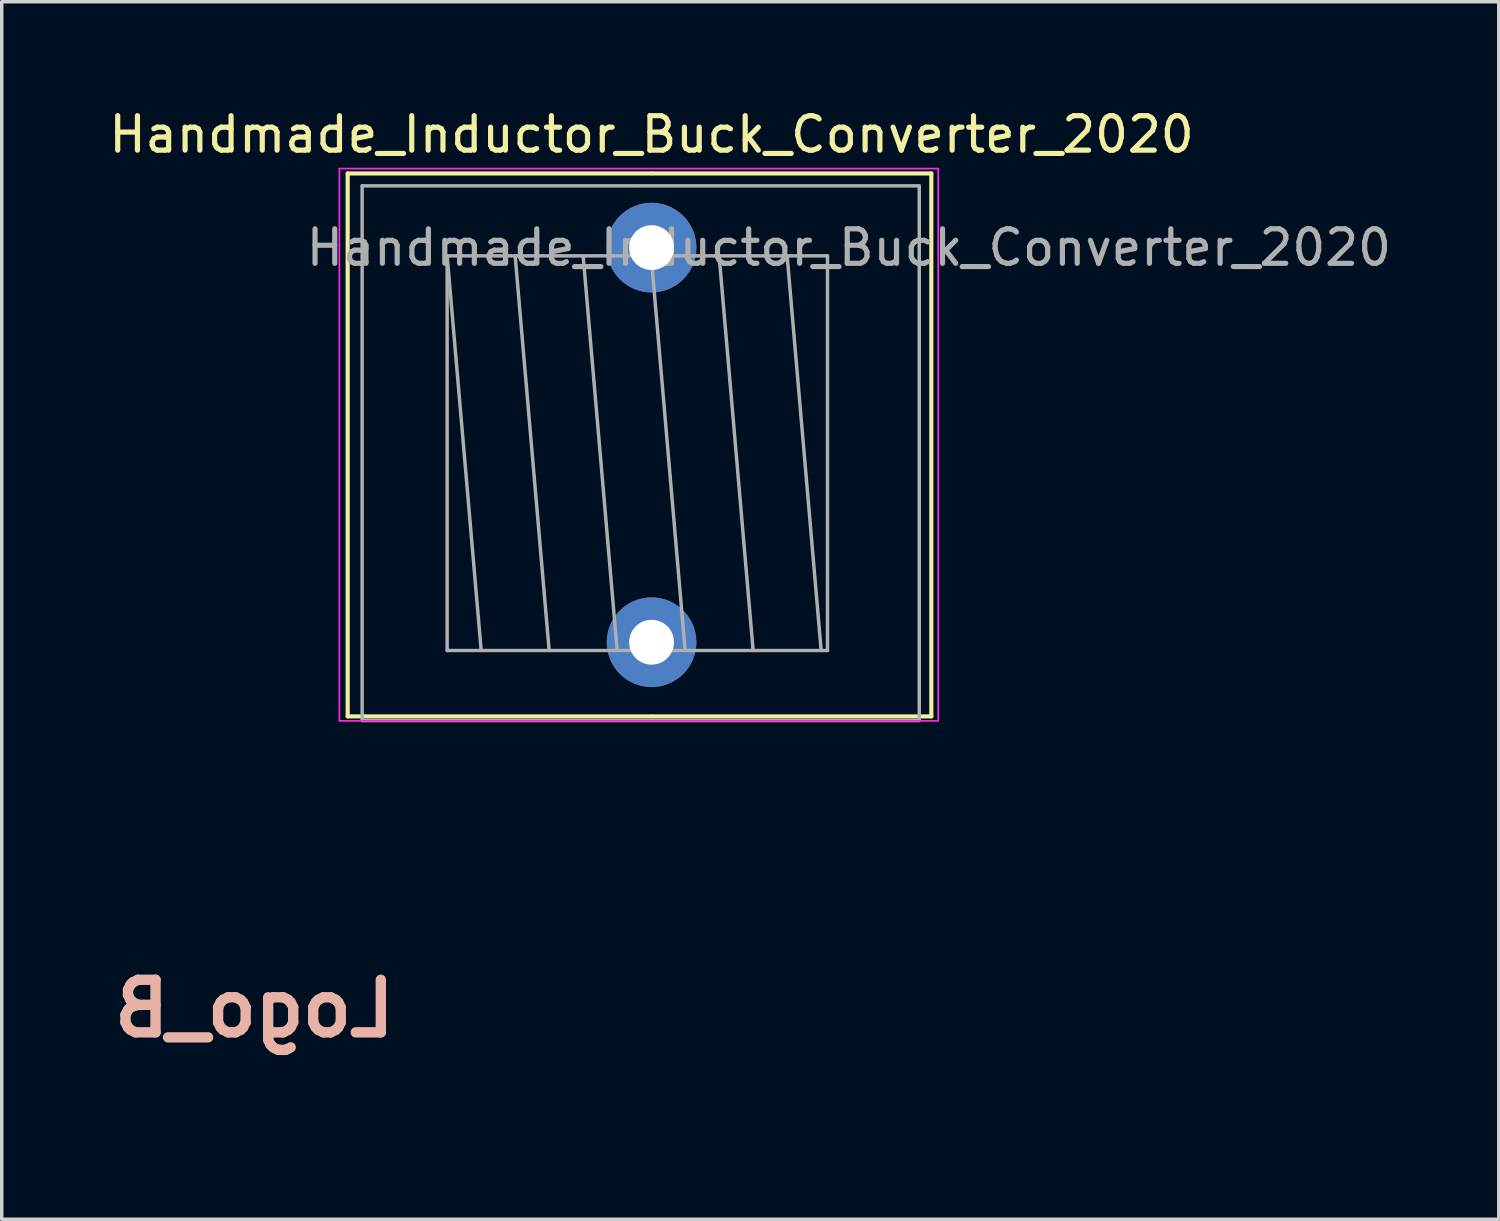
<source format=kicad_pcb>
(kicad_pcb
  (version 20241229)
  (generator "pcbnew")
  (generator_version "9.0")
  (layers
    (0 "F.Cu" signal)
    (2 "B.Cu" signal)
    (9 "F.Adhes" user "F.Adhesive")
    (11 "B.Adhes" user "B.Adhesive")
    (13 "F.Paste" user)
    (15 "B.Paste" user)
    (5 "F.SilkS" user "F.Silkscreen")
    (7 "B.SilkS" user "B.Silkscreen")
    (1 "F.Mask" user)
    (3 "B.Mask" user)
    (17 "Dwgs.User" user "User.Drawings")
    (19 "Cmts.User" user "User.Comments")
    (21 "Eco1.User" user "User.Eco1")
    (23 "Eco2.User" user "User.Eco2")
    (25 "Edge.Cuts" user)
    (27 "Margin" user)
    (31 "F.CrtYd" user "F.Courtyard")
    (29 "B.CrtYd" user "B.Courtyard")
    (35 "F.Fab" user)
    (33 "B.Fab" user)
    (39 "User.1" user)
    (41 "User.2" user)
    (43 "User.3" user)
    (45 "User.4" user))
  (footprint "Logo_B"
    (layer "F.Cu")
    (at 4.325 26.188)
    (property "Reference" "Logo_B" (at 0 0 180) (layer "B.SilkS") (effects (font (size 1.524 1.524) (thickness 0.3)) (justify mirror)))
    (attr through_hole)
    (fp_poly (pts (xy -0.546 -3.036) (xy -0.555 -3.027) (xy -0.564 -3.036) (xy -0.555 -3.045) (xy -0.546 -3.036)) (stroke (width 0.01) (type solid)) (fill no) (layer "Eco2.User"))
    (fp_poly (pts (xy -1.27 1.27) (xy -1.172 1.285) (xy -1.092 1.309) (xy -1.036 1.342) (xy -1.018 1.364) (xy -1.001 1.428) (xy -1.017 1.491) (xy -1.062 1.551) (xy -1.132 1.605) (xy -1.225 1.652) (xy -1.335 1.689) (xy -1.46 1.714) (xy -1.596 1.726) (xy -1.634 1.726) (xy -1.735 1.721) (xy -1.814 1.71) (xy -1.852 1.698) (xy -1.929 1.653) (xy -1.972 1.601) (xy -1.979 1.542) (xy -1.951 1.478) (xy -1.941 1.465) (xy -1.893 1.422) (xy -1.82 1.377) (xy -1.731 1.335) (xy -1.637 1.301) (xy -1.598 1.291) (xy -1.49 1.272) (xy -1.378 1.265) (xy -1.27 1.27)) (stroke (width 0.01) (type solid)) (fill no) (layer "Eco2.User"))
    (fp_poly (pts (xy 0.506 -2.559) (xy 0.603 -2.548) (xy 0.722 -2.527) (xy 0.853 -2.5) (xy 0.982 -2.467) (xy 1.032 -2.453) (xy 1.099 -2.43) (xy 1.18 -2.399) (xy 1.269 -2.362) (xy 1.361 -2.321) (xy 1.449 -2.279) (xy 1.529 -2.24) (xy 1.593 -2.205) (xy 1.638 -2.178) (xy 1.657 -2.16) (xy 1.656 -2.157) (xy 1.63 -2.148) (xy 1.574 -2.139) (xy 1.492 -2.128) (xy 1.39 -2.117) (xy 1.273 -2.106) (xy 1.146 -2.095) (xy 1.016 -2.085) (xy 0.887 -2.077) (xy 0.764 -2.071) (xy 0.654 -2.067) (xy 0.57 -2.065) (xy 0.406 -2.065) (xy 0.415 -2.315) (xy 0.424 -2.564) (xy 0.506 -2.559)) (stroke (width 0.01) (type solid)) (fill no) (layer "Eco2.User"))
    (fp_poly (pts (xy -0.054 -2.563) (xy -0.054 -2.563) (xy -0.048 -2.542) (xy -0.043 -2.492) (xy -0.04 -2.419) (xy -0.038 -2.332) (xy -0.038 -2.309) (xy -0.038 -2.065) (xy -0.115 -2.068) (xy -0.165 -2.07) (xy -0.24 -2.075) (xy -0.329 -2.08) (xy -0.401 -2.085) (xy -0.51 -2.094) (xy -0.634 -2.105) (xy -0.765 -2.119) (xy -0.893 -2.133) (xy -1.011 -2.147) (xy -1.11 -2.16) (xy -1.181 -2.171) (xy -1.181 -2.171) (xy -1.263 -2.186) (xy -1.095 -2.271) (xy -0.926 -2.351) (xy -0.766 -2.415) (xy -0.6 -2.469) (xy -0.554 -2.482) (xy -0.477 -2.501) (xy -0.389 -2.52) (xy -0.297 -2.537) (xy -0.211 -2.551) (xy -0.136 -2.561) (xy -0.081 -2.565) (xy -0.054 -2.563)) (stroke (width 0.01) (type solid)) (fill no) (layer "Eco2.User"))
    (fp_poly (pts (xy 3.018 0.056) (xy 3.027 0.088) (xy 3.034 0.149) (xy 3.034 0.151) (xy 3.039 0.291) (xy 3.031 0.453) (xy 3.01 0.631) (xy 2.979 0.814) (xy 2.94 0.994) (xy 2.893 1.163) (xy 2.841 1.311) (xy 2.799 1.405) (xy 2.785 1.43) (xy 2.77 1.444) (xy 2.747 1.449) (xy 2.709 1.444) (xy 2.649 1.429) (xy 2.574 1.408) (xy 2.407 1.364) (xy 2.212 1.319) (xy 1.998 1.276) (xy 1.774 1.235) (xy 1.547 1.197) (xy 1.327 1.166) (xy 1.241 1.155) (xy 1.14 1.142) (xy 1.068 1.131) (xy 1.018 1.115) (xy 0.983 1.093) (xy 0.956 1.059) (xy 0.931 1.009) (xy 0.91 0.965) (xy 0.887 0.91) (xy 0.859 0.838) (xy 0.829 0.757) (xy 0.799 0.672) (xy 0.772 0.591) (xy 0.75 0.522) (xy 0.736 0.471) (xy 0.731 0.445) (xy 0.731 0.443) (xy 0.751 0.439) (xy 0.801 0.433) (xy 0.874 0.425) (xy 0.966 0.416) (xy 1.044 0.409) (xy 1.631 0.341) (xy 2.217 0.238) (xy 2.796 0.1) (xy 2.984 0.048) (xy 3.006 0.045) (xy 3.018 0.056)) (stroke (width 0.01) (type solid)) (fill no) (layer "Eco2.User"))
    (fp_poly (pts (xy -1.957 -1.553) (xy -1.904 -1.544) (xy -1.833 -1.53) (xy -1.793 -1.521) (xy -1.4 -1.448) (xy -0.976 -1.389) (xy -0.522 -1.345) (xy -0.356 -1.333) (xy -0.029 -1.312) (xy -0.035 -1.194) (xy -0.041 -1.097) (xy -0.052 -0.98) (xy -0.067 -0.853) (xy -0.084 -0.722) (xy -0.102 -0.596) (xy -0.12 -0.48) (xy -0.138 -0.384) (xy -0.154 -0.315) (xy -0.158 -0.301) (xy -0.167 -0.285) (xy -0.189 -0.276) (xy -0.23 -0.272) (xy -0.298 -0.271) (xy -0.325 -0.272) (xy -0.418 -0.274) (xy -0.528 -0.28) (xy -0.635 -0.287) (xy -0.664 -0.289) (xy -1.073 -0.333) (xy -1.498 -0.397) (xy -1.925 -0.48) (xy -2.197 -0.543) (xy -2.326 -0.576) (xy -2.42 -0.603) (xy -2.479 -0.624) (xy -2.505 -0.64) (xy -2.506 -0.643) (xy -2.498 -0.678) (xy -2.477 -0.737) (xy -2.447 -0.813) (xy -2.411 -0.898) (xy -2.371 -0.984) (xy -2.332 -1.062) (xy -2.319 -1.085) (xy -2.268 -1.176) (xy -2.211 -1.268) (xy -2.153 -1.355) (xy -2.097 -1.433) (xy -2.048 -1.496) (xy -2.009 -1.539) (xy -1.985 -1.556) (xy -1.984 -1.556) (xy -1.957 -1.553)) (stroke (width 0.01) (type solid)) (fill no) (layer "Eco2.User"))
    (fp_poly (pts (xy -2.57 0.082) (xy -2.494 0.103) (xy -2.397 0.128) (xy -2.285 0.156) (xy -2.167 0.184) (xy -2.047 0.212) (xy -1.935 0.236) (xy -1.843 0.255) (xy -1.58 0.303) (xy -1.315 0.344) (xy -1.039 0.38) (xy -0.743 0.41) (xy -0.496 0.431) (xy -0.428 0.437) (xy -0.376 0.442) (xy -0.349 0.446) (xy -0.347 0.447) (xy -0.354 0.47) (xy -0.372 0.518) (xy -0.399 0.584) (xy -0.432 0.661) (xy -0.466 0.74) (xy -0.5 0.814) (xy -0.528 0.875) (xy -0.538 0.895) (xy -0.579 0.977) (xy -0.61 1.031) (xy -0.64 1.062) (xy -0.676 1.074) (xy -0.727 1.071) (xy -0.8 1.058) (xy -0.832 1.051) (xy -1.031 1.02) (xy -1.234 1.003) (xy -1.431 1) (xy -1.616 1.011) (xy -1.779 1.035) (xy -1.86 1.056) (xy -1.954 1.09) (xy -2.066 1.14) (xy -2.183 1.199) (xy -2.295 1.262) (xy -2.373 1.312) (xy -2.449 1.364) (xy -2.512 1.169) (xy -2.563 1) (xy -2.601 0.844) (xy -2.628 0.686) (xy -2.649 0.509) (xy -2.652 0.484) (xy -2.661 0.353) (xy -2.663 0.243) (xy -2.659 0.156) (xy -2.648 0.097) (xy -2.631 0.068) (xy -2.617 0.067) (xy -2.57 0.082)) (stroke (width 0.01) (type solid)) (fill no) (layer "Eco2.User"))
    (fp_poly (pts (xy 2.388 -1.522) (xy 2.429 -1.485) (xy 2.48 -1.424) (xy 2.537 -1.343) (xy 2.599 -1.249) (xy 2.661 -1.144) (xy 2.721 -1.033) (xy 2.776 -0.922) (xy 2.823 -0.814) (xy 2.823 -0.814) (xy 2.858 -0.723) (xy 2.878 -0.662) (xy 2.884 -0.625) (xy 2.878 -0.612) (xy 2.848 -0.601) (xy 2.79 -0.585) (xy 2.708 -0.564) (xy 2.609 -0.539) (xy 2.5 -0.513) (xy 2.386 -0.487) (xy 2.274 -0.462) (xy 2.169 -0.44) (xy 2.094 -0.425) (xy 1.905 -0.392) (xy 1.694 -0.36) (xy 1.469 -0.331) (xy 1.242 -0.306) (xy 1.022 -0.285) (xy 0.82 -0.271) (xy 0.69 -0.264) (xy 0.618 -0.264) (xy 0.573 -0.268) (xy 0.549 -0.279) (xy 0.541 -0.289) (xy 0.528 -0.328) (xy 0.512 -0.398) (xy 0.495 -0.491) (xy 0.478 -0.601) (xy 0.46 -0.723) (xy 0.444 -0.85) (xy 0.43 -0.975) (xy 0.419 -1.093) (xy 0.412 -1.198) (xy 0.412 -1.203) (xy 0.406 -1.312) (xy 0.533 -1.316) (xy 0.702 -1.324) (xy 0.892 -1.336) (xy 1.091 -1.351) (xy 1.286 -1.368) (xy 1.465 -1.386) (xy 1.549 -1.396) (xy 1.654 -1.41) (xy 1.772 -1.427) (xy 1.895 -1.446) (xy 2.017 -1.466) (xy 2.13 -1.486) (xy 2.229 -1.503) (xy 2.307 -1.519) (xy 2.356 -1.53) (xy 2.36 -1.531) (xy 2.388 -1.522)) (stroke (width 0.01) (type solid)) (fill no) (layer "Eco2.User"))
    (fp_poly (pts (xy 0.18 -5.279) (xy 0.207 -5.236) (xy 0.24 -5.172) (xy 0.277 -5.094) (xy 0.313 -5.008) (xy 0.346 -4.922) (xy 0.36 -4.881) (xy 0.402 -4.748) (xy 0.432 -4.626) (xy 0.452 -4.506) (xy 0.463 -4.379) (xy 0.467 -4.234) (xy 0.464 -4.063) (xy 0.464 -4.061) (xy 0.459 -3.923) (xy 0.451 -3.797) (xy 0.441 -3.692) (xy 0.429 -3.615) (xy 0.426 -3.6) (xy 0.398 -3.475) (xy 0.487 -3.364) (xy 0.578 -3.259) (xy 0.678 -3.157) (xy 0.777 -3.072) (xy 0.805 -3.05) (xy 0.86 -3.01) (xy 0.61 -3.009) (xy 0.509 -3.008) (xy 0.438 -3.006) (xy 0.393 -3.002) (xy 0.37 -2.995) (xy 0.361 -2.985) (xy 0.361 -2.982) (xy 0.36 -2.957) (xy 0.357 -2.902) (xy 0.353 -2.819) (xy 0.347 -2.716) (xy 0.34 -2.595) (xy 0.333 -2.462) (xy 0.332 -2.442) (xy 0.312 -1.964) (xy 0.31 -1.511) (xy 0.324 -1.078) (xy 0.357 -0.658) (xy 0.408 -0.245) (xy 0.478 0.167) (xy 0.499 0.272) (xy 0.569 0.584) (xy 0.648 0.861) (xy 0.736 1.106) (xy 0.834 1.318) (xy 0.943 1.5) (xy 1.062 1.653) (xy 1.193 1.778) (xy 1.337 1.876) (xy 1.369 1.893) (xy 1.515 1.96) (xy 1.663 2.011) (xy 1.823 2.049) (xy 2.003 2.074) (xy 2.162 2.086) (xy 2.375 2.099) (xy 2.225 2.251) (xy 1.983 2.472) (xy 1.726 2.661) (xy 1.452 2.817) (xy 1.161 2.941) (xy 0.854 3.033) (xy 0.624 3.079) (xy 0.548 3.088) (xy 0.445 3.095) (xy 0.326 3.1) (xy 0.2 3.103) (xy 0.077 3.103) (xy -0.034 3.101) (xy -0.124 3.096) (xy -0.156 3.093) (xy -0.456 3.038) (xy -0.749 2.952) (xy -1.026 2.839) (xy -1.076 2.814) (xy -1.228 2.735) (xy -1.36 2.657) (xy -1.48 2.575) (xy -1.598 2.481) (xy -1.722 2.37) (xy -1.832 2.265) (xy -2.001 2.099) (xy -1.904 2.094) (xy -1.786 2.086) (xy -1.658 2.074) (xy -1.533 2.059) (xy -1.421 2.043) (xy -1.333 2.026) (xy -1.326 2.024) (xy -1.256 2.003) (xy -1.169 1.971) (xy -1.078 1.933) (xy -1.04 1.915) (xy -0.897 1.833) (xy -0.766 1.731) (xy -0.647 1.607) (xy -0.538 1.458) (xy -0.44 1.284) (xy -0.35 1.082) (xy -0.268 0.851) (xy -0.193 0.59) (xy -0.125 0.296) (xy -0.063 -0.032) (xy -0.049 -0.115) (xy 0.01 -0.547) (xy 0.048 -1.009) (xy 0.065 -1.5) (xy 0.061 -2.021) (xy 0.036 -2.571) (xy 0.028 -2.691) (xy 0.007 -3) (xy -0.253 -3.005) (xy -0.514 -3.01) (xy -0.444 -3.061) (xy -0.386 -3.108) (xy -0.316 -3.173) (xy -0.242 -3.247) (xy -0.174 -3.32) (xy -0.12 -3.384) (xy -0.103 -3.408) (xy -0.08 -3.444) (xy -0.069 -3.473) (xy -0.07 -3.51) (xy -0.08 -3.565) (xy -0.085 -3.589) (xy -0.097 -3.662) (xy -0.109 -3.755) (xy -0.115 -3.821) (xy 0.207 -3.821) (xy 0.21 -3.809) (xy 0.219 -3.811) (xy 0.235 -3.83) (xy 0.258 -3.876) (xy 0.284 -3.939) (xy 0.292 -3.963) (xy 0.346 -4.172) (xy 0.369 -4.389) (xy 0.362 -4.617) (xy 0.323 -4.858) (xy 0.277 -5.036) (xy 0.258 -5.097) (xy 0.247 -5.124) (xy 0.243 -5.12) (xy 0.247 -5.087) (xy 0.26 -5.027) (xy 0.27 -4.986) (xy 0.309 -4.791) (xy 0.331 -4.594) (xy 0.335 -4.4) (xy 0.322 -4.216) (xy 0.291 -4.048) (xy 0.245 -3.904) (xy 0.223 -3.857) (xy 0.207 -3.821) (xy -0.115 -3.821) (xy -0.118 -3.852) (xy -0.121 -3.889) (xy -0.126 -3.973) (xy -0.131 -4.051) (xy -0.135 -4.11) (xy -0.137 -4.131) (xy -0.139 -4.219) (xy -0.132 -4.332) (xy -0.117 -4.461) (xy -0.095 -4.595) (xy -0.068 -4.724) (xy -0.038 -4.84) (xy -0.017 -4.905) (xy 0.012 -4.98) (xy 0.046 -5.06) (xy 0.08 -5.138) (xy 0.113 -5.207) (xy 0.14 -5.26) (xy 0.158 -5.29) (xy 0.163 -5.295) (xy 0.18 -5.279)) (stroke (width 0.01) (type solid)) (fill no) (layer "Eco2.User")))
  (footprint "Handmade_Inductor_Buck_Converter_2020"
    (layer "F.Cu")
    (at 15.839 4.128)
    (property "Reference" "Handmade_Inductor_Buck_Converter_2020" (at 0 -3.28 0) (layer "F.SilkS") (effects (font (size 1 1) (thickness 0.15))))
    (attr through_hole)
    (fp_line (start -8.81 -2.15) (end -8.81 13.59) (stroke (width 0.12) (type solid)) (layer "F.SilkS"))
    (fp_line (start -8.81 -2.15) (end -0.016 -2.15) (stroke (width 0.12) (type solid)) (layer "F.SilkS"))
    (fp_line (start -8.81 13.59) (end -0.016 13.59) (stroke (width 0.12) (type solid)) (layer "F.SilkS"))
    (fp_line (start 0.016 -2.15) (end 8.11 -2.15) (stroke (width 0.12) (type solid)) (layer "F.SilkS"))
    (fp_line (start 0.016 13.59) (end 8.11 13.59) (stroke (width 0.12) (type solid)) (layer "F.SilkS"))
    (fp_line (start 8.11 -2.15) (end 8.11 13.59) (stroke (width 0.12) (type solid)) (layer "F.SilkS"))
    (fp_line (start -9.05 -2.29) (end -9.05 13.72) (stroke (width 0.05) (type solid)) (layer "F.CrtYd"))
    (fp_line (start -9.05 13.72) (end 8.31 13.72) (stroke (width 0.05) (type solid)) (layer "F.CrtYd"))
    (fp_line (start 8.31 -2.29) (end -9.05 -2.29) (stroke (width 0.05) (type solid)) (layer "F.CrtYd"))
    (fp_line (start 8.31 13.72) (end 8.31 -2.29) (stroke (width 0.05) (type solid)) (layer "F.CrtYd"))
    (fp_line (start -8.39 -1.79) (end -8.39 13.71) (stroke (width 0.1) (type solid)) (layer "F.Fab"))
    (fp_line (start -8.39 13.71) (end 7.76 13.71) (stroke (width 0.1) (type solid)) (layer "F.Fab"))
    (fp_line (start -5.926 0.24) (end -5.926 11.68) (stroke (width 0.1) (type solid)) (layer "F.Fab"))
    (fp_line (start -5.926 0.24) (end -4.94 11.68) (stroke (width 0.1) (type solid)) (layer "F.Fab"))
    (fp_line (start -5.926 11.68) (end 5.1 11.68) (stroke (width 0.1) (type solid)) (layer "F.Fab"))
    (fp_line (start -3.955 0.24) (end -2.969 11.68) (stroke (width 0.1) (type solid)) (layer "F.Fab"))
    (fp_line (start -1.984 0.24) (end -0.998 11.68) (stroke (width 0.1) (type solid)) (layer "F.Fab"))
    (fp_line (start -0.012 0.24) (end 0.973 11.68) (stroke (width 0.1) (type solid)) (layer "F.Fab"))
    (fp_line (start 1.959 0.24) (end 2.944 11.68) (stroke (width 0.1) (type solid)) (layer "F.Fab"))
    (fp_line (start 3.93 0.24) (end 4.916 11.68) (stroke (width 0.1) (type solid)) (layer "F.Fab"))
    (fp_line (start 5.1 0.24) (end -5.926 0.24) (stroke (width 0.1) (type solid)) (layer "F.Fab"))
    (fp_line (start 5.1 11.68) (end 5.1 0.24) (stroke (width 0.1) (type solid)) (layer "F.Fab"))
    (fp_line (start 7.76 -1.79) (end -8.39 -1.79) (stroke (width 0.1) (type solid)) (layer "F.Fab"))
    (fp_line (start 7.76 13.71) (end 7.76 -1.79) (stroke (width 0.1) (type solid)) (layer "F.Fab"))
    (fp_text user "${REFERENCE}" (at 5.72 0 0) (layer "F.Fab") (effects (font (size 1 1) (thickness 0.15))))
    (pad "1" thru_hole circle (at 0 0) (size 2.6 2.6) (drill 1.3) (layers "*.Cu" "*.Mask"))
    (pad "2" thru_hole circle (at 0 11.44) (size 2.6 2.6) (drill 1.3) (layers "*.Cu" "*.Mask")))
  (gr_rect
    (start -3 -3)
    (end 40.399 32.296)
    (stroke (width 0.1) (type default))
    (fill no)
    (layer "Edge.Cuts")))
</source>
